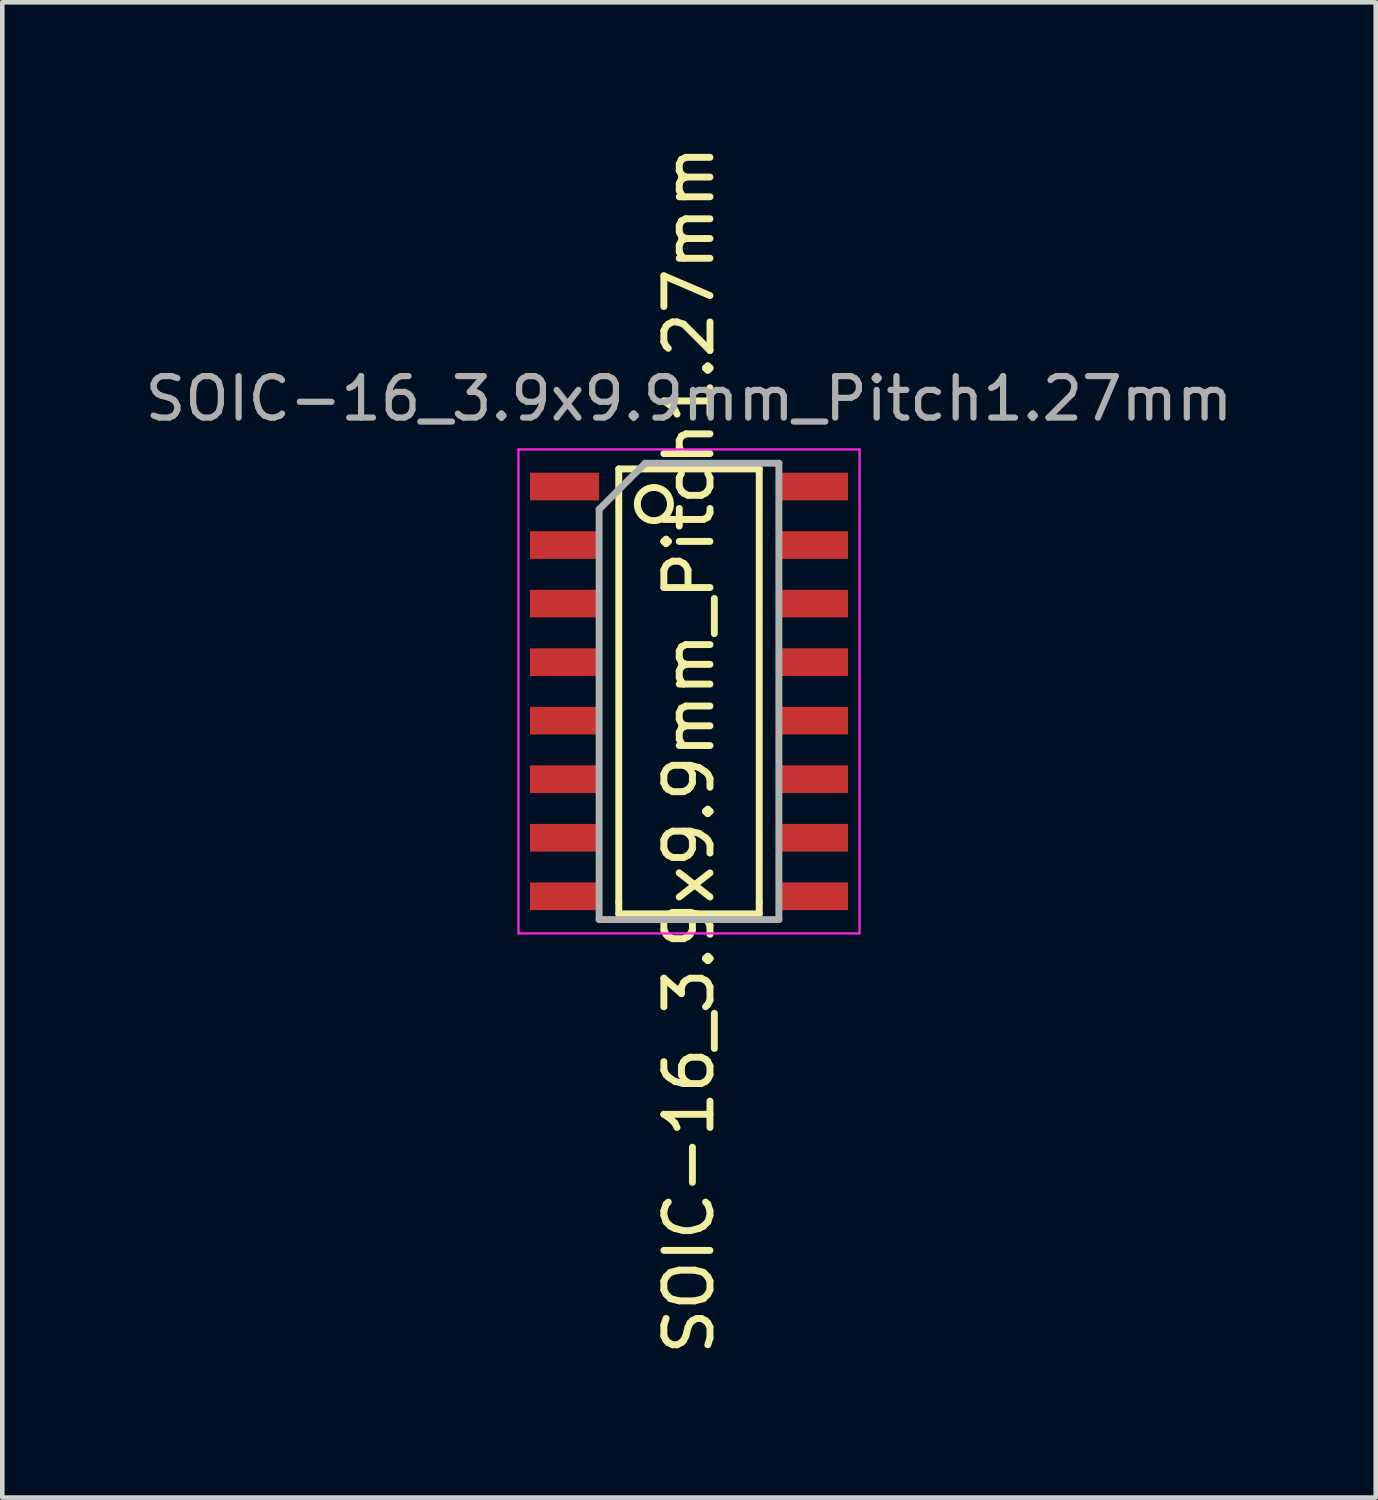
<source format=kicad_pcb>
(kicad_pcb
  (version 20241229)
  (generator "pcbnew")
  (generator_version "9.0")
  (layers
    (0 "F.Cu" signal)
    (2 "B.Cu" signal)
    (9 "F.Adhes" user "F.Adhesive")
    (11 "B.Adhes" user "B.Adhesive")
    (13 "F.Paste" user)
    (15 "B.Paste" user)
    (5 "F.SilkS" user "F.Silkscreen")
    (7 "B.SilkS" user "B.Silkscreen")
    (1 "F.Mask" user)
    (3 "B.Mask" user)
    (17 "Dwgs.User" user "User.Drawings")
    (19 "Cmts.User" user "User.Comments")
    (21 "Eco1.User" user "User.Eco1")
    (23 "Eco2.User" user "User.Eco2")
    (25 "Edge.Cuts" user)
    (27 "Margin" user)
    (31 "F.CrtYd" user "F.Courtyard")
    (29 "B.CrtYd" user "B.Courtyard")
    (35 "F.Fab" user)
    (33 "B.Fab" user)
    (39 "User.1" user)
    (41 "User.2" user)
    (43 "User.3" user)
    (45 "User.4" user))
  (footprint "SOIC-16_3.9x9.9mm_Pitch1.27mm"
    (layer "F.Cu")
    (at 11.898 11.95)
    (property "Reference" "SOIC-16_3.9x9.9mm_Pitch1.27mm" (at 0 1.27 90) (layer "F.SilkS") (effects (font (size 1 1) (thickness 0.15))))
    (attr smd)
    (fp_line (start -1.524 -4.826) (end -1.524 4.572) (stroke (width 0.15) (type solid)) (layer "F.SilkS"))
    (fp_line (start -1.524 4.572) (end -1.524 4.826) (stroke (width 0.15) (type solid)) (layer "F.SilkS"))
    (fp_line (start -1.524 4.826) (end 1.524 4.826) (stroke (width 0.15) (type solid)) (layer "F.SilkS"))
    (fp_line (start 1.524 -4.826) (end -1.524 -4.826) (stroke (width 0.15) (type solid)) (layer "F.SilkS"))
    (fp_line (start 1.524 4.572) (end 1.524 -4.826) (stroke (width 0.15) (type solid)) (layer "F.SilkS"))
    (fp_line (start 1.524 4.826) (end 1.524 4.572) (stroke (width 0.15) (type solid)) (layer "F.SilkS"))
    (fp_circle (center -0.762 -4.064) (end -0.508 -3.81) (stroke (width 0.15) (type solid)) (fill no) (layer "F.SilkS"))
    (fp_line (start -3.7 -5.25) (end -3.7 5.25) (stroke (width 0.05) (type solid)) (layer "F.CrtYd"))
    (fp_line (start -3.7 -5.25) (end 3.7 -5.25) (stroke (width 0.05) (type solid)) (layer "F.CrtYd"))
    (fp_line (start -3.7 5.25) (end 3.7 5.25) (stroke (width 0.05) (type solid)) (layer "F.CrtYd"))
    (fp_line (start 3.7 -5.25) (end 3.7 5.25) (stroke (width 0.05) (type solid)) (layer "F.CrtYd"))
    (fp_line (start -1.95 -3.95) (end -0.95 -4.95) (stroke (width 0.15) (type solid)) (layer "F.Fab"))
    (fp_line (start -1.95 4.95) (end -1.95 -3.95) (stroke (width 0.15) (type solid)) (layer "F.Fab"))
    (fp_line (start -0.95 -4.95) (end 1.95 -4.95) (stroke (width 0.15) (type solid)) (layer "F.Fab"))
    (fp_line (start 1.95 -4.95) (end 1.95 4.95) (stroke (width 0.15) (type solid)) (layer "F.Fab"))
    (fp_line (start 1.95 4.95) (end -1.95 4.95) (stroke (width 0.15) (type solid)) (layer "F.Fab"))
    (fp_text user "${REFERENCE}" (at 0 -6.35 0) (layer "F.Fab") (effects (font (size 0.9 0.9) (thickness 0.135))))
    (pad "1" smd rect (at -2.7 -4.445) (size 1.5 0.6) (layers "F.Cu" "F.Mask" "F.Paste"))
    (pad "2" smd rect (at -2.7 -3.175) (size 1.5 0.6) (layers "F.Cu" "F.Mask" "F.Paste"))
    (pad "3" smd rect (at -2.7 -1.905) (size 1.5 0.6) (layers "F.Cu" "F.Mask" "F.Paste"))
    (pad "4" smd rect (at -2.7 -0.635) (size 1.5 0.6) (layers "F.Cu" "F.Mask" "F.Paste"))
    (pad "5" smd rect (at -2.7 0.635) (size 1.5 0.6) (layers "F.Cu" "F.Mask" "F.Paste"))
    (pad "6" smd rect (at -2.7 1.905) (size 1.5 0.6) (layers "F.Cu" "F.Mask" "F.Paste"))
    (pad "7" smd rect (at -2.7 3.175) (size 1.5 0.6) (layers "F.Cu" "F.Mask" "F.Paste"))
    (pad "8" smd rect (at -2.7 4.445) (size 1.5 0.6) (layers "F.Cu" "F.Mask" "F.Paste"))
    (pad "9" smd rect (at 2.7 4.445) (size 1.5 0.6) (layers "F.Cu" "F.Mask" "F.Paste"))
    (pad "10" smd rect (at 2.7 3.175) (size 1.5 0.6) (layers "F.Cu" "F.Mask" "F.Paste"))
    (pad "11" smd rect (at 2.7 1.905) (size 1.5 0.6) (layers "F.Cu" "F.Mask" "F.Paste"))
    (pad "12" smd rect (at 2.7 0.635) (size 1.5 0.6) (layers "F.Cu" "F.Mask" "F.Paste"))
    (pad "13" smd rect (at 2.7 -0.635) (size 1.5 0.6) (layers "F.Cu" "F.Mask" "F.Paste"))
    (pad "14" smd rect (at 2.7 -1.905) (size 1.5 0.6) (layers "F.Cu" "F.Mask" "F.Paste"))
    (pad "15" smd rect (at 2.7 -3.175) (size 1.5 0.6) (layers "F.Cu" "F.Mask" "F.Paste"))
    (pad "16" smd rect (at 2.7 -4.445) (size 1.5 0.6) (layers "F.Cu" "F.Mask" "F.Paste")))
  (gr_rect
    (start -3 -3)
    (end 26.796 29.44)
    (stroke (width 0.1) (type default))
    (fill no)
    (layer "Edge.Cuts")))
</source>
